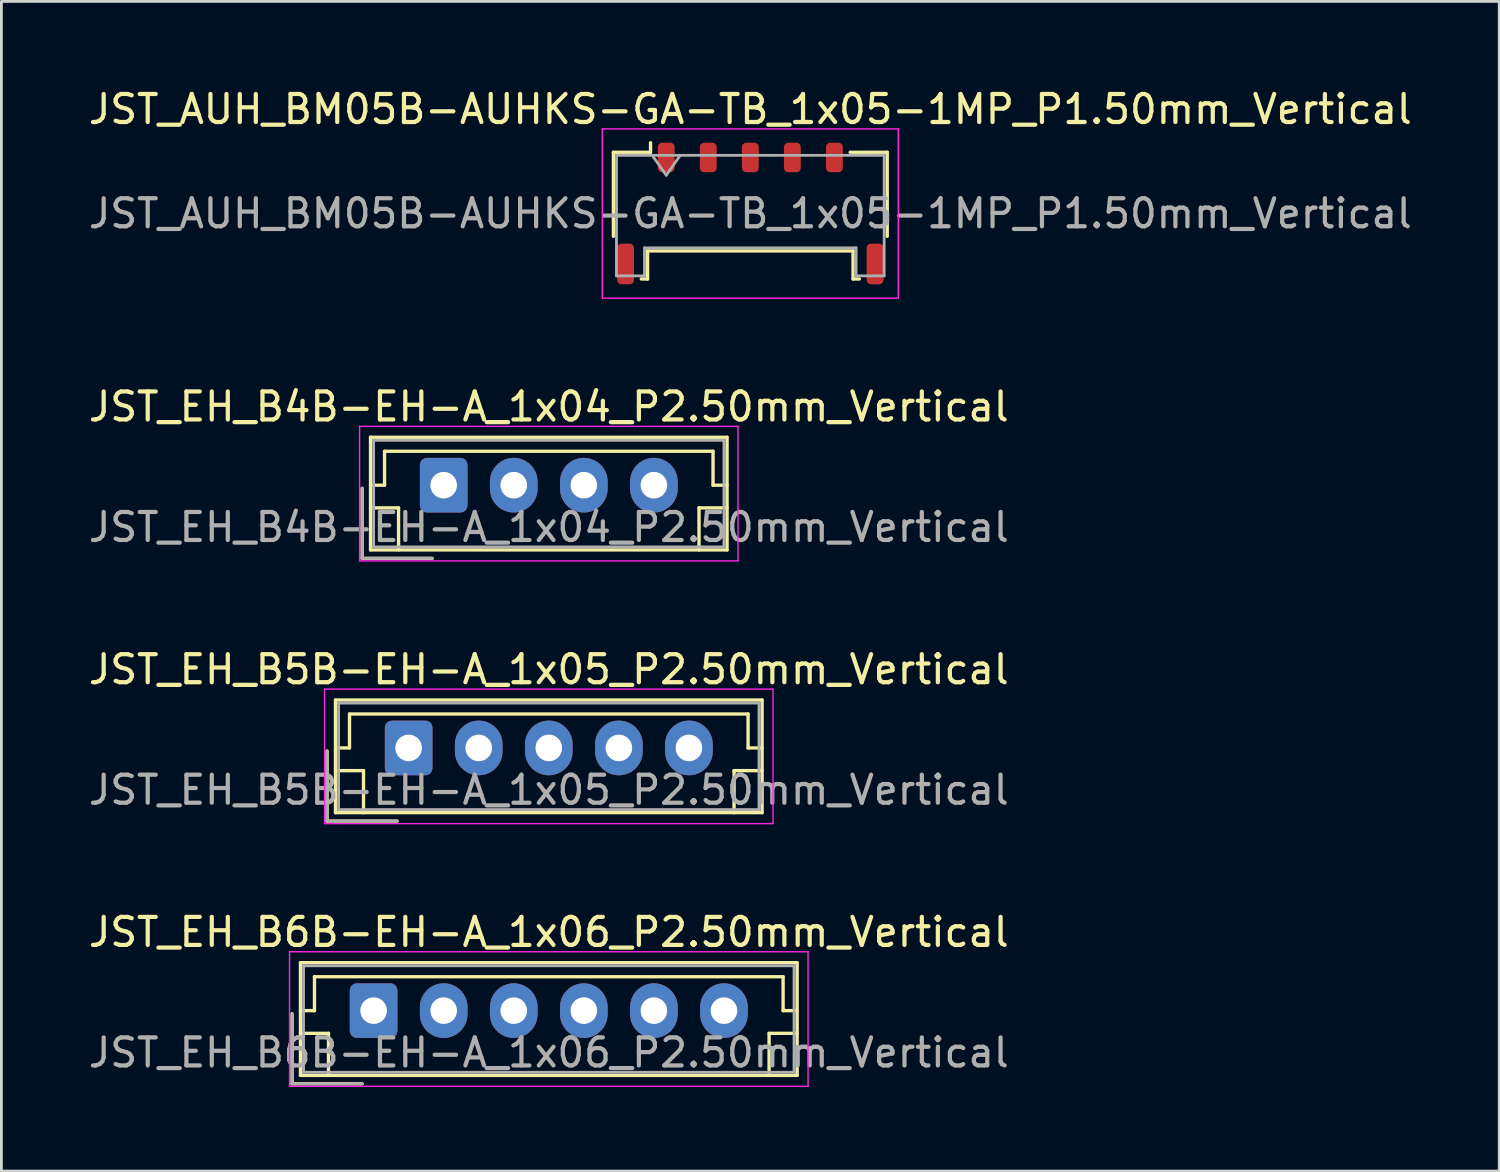
<source format=kicad_pcb>
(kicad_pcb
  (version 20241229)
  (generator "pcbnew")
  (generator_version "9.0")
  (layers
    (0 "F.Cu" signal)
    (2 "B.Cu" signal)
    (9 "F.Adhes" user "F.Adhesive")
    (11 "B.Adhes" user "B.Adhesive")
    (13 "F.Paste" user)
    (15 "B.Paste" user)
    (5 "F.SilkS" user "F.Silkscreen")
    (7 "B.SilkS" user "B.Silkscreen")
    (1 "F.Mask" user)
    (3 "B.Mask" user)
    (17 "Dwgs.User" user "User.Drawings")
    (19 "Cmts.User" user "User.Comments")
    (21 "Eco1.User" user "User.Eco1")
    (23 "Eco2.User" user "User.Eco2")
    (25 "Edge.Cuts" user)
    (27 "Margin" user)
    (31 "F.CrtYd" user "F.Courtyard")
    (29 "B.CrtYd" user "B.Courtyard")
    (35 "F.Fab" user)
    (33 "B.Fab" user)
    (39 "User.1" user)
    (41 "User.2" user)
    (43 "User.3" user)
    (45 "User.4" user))
  (footprint "JST_AUH_BM05B-AUHKS-GA-TB_1x05-1MP_P1.50mm_Vertical"
    (layer "F.Cu")
    (at 23.72 4.568)
    (property "Reference" "JST_AUH_BM05B-AUHKS-GA-TB_1x05-1MP_P1.50mm_Vertical" (at 0 -3.72 0) (layer "F.SilkS") (effects (font (size 1 1) (thickness 0.15))))
    (attr smd)
    (fp_line (start -4.885 -2.185) (end -3.56 -2.185) (stroke (width 0.12) (type solid)) (layer "F.SilkS"))
    (fp_line (start -4.885 0.815) (end -4.885 -2.185) (stroke (width 0.12) (type solid)) (layer "F.SilkS"))
    (fp_line (start -3.89 2.335) (end -3.665 2.335) (stroke (width 0.12) (type solid)) (layer "F.SilkS"))
    (fp_line (start -3.665 1.335) (end 3.665 1.335) (stroke (width 0.12) (type solid)) (layer "F.SilkS"))
    (fp_line (start -3.665 2.335) (end -3.665 1.335) (stroke (width 0.12) (type solid)) (layer "F.SilkS"))
    (fp_line (start -3.56 -2.185) (end -3.56 -2.525) (stroke (width 0.12) (type solid)) (layer "F.SilkS"))
    (fp_line (start 3.665 1.335) (end 3.665 2.335) (stroke (width 0.12) (type solid)) (layer "F.SilkS"))
    (fp_line (start 3.665 2.335) (end 3.89 2.335) (stroke (width 0.12) (type solid)) (layer "F.SilkS"))
    (fp_line (start 4.885 -2.185) (end 3.56 -2.185) (stroke (width 0.12) (type solid)) (layer "F.SilkS"))
    (fp_line (start 4.885 0.815) (end 4.885 -2.185) (stroke (width 0.12) (type solid)) (layer "F.SilkS"))
    (fp_line (start -5.28 -3.02) (end -5.28 3.02) (stroke (width 0.05) (type solid)) (layer "F.CrtYd"))
    (fp_line (start -5.28 3.02) (end 5.28 3.02) (stroke (width 0.05) (type solid)) (layer "F.CrtYd"))
    (fp_line (start 5.28 -3.02) (end -5.28 -3.02) (stroke (width 0.05) (type solid)) (layer "F.CrtYd"))
    (fp_line (start 5.28 3.02) (end 5.28 -3.02) (stroke (width 0.05) (type solid)) (layer "F.CrtYd"))
    (fp_line (start -4.775 -2.075) (end -4.775 2.225) (stroke (width 0.1) (type solid)) (layer "F.Fab"))
    (fp_line (start -4.775 -2.075) (end 4.775 -2.075) (stroke (width 0.1) (type solid)) (layer "F.Fab"))
    (fp_line (start -4.775 2.225) (end -3.775 2.225) (stroke (width 0.1) (type solid)) (layer "F.Fab"))
    (fp_line (start -3.775 1.225) (end 3.775 1.225) (stroke (width 0.1) (type solid)) (layer "F.Fab"))
    (fp_line (start -3.775 2.225) (end -3.775 1.225) (stroke (width 0.1) (type solid)) (layer "F.Fab"))
    (fp_line (start -3.5 -2.075) (end -3 -1.368) (stroke (width 0.1) (type solid)) (layer "F.Fab"))
    (fp_line (start -3 -1.368) (end -2.5 -2.075) (stroke (width 0.1) (type solid)) (layer "F.Fab"))
    (fp_line (start 3.775 1.225) (end 3.775 2.225) (stroke (width 0.1) (type solid)) (layer "F.Fab"))
    (fp_line (start 3.775 2.225) (end 4.775 2.225) (stroke (width 0.1) (type solid)) (layer "F.Fab"))
    (fp_line (start 4.775 -2.075) (end 4.775 2.225) (stroke (width 0.1) (type solid)) (layer "F.Fab"))
    (fp_text user "${REFERENCE}" (at 0 0 0) (layer "F.Fab") (effects (font (size 1 1) (thickness 0.15))))
    (pad "1" smd roundrect (at -3 -2) (size 0.6 1.05) (layers "F.Cu" "F.Mask" "F.Paste") (roundrect_rratio 0.25))
    (pad "2" smd roundrect (at -1.5 -2) (size 0.6 1.05) (layers "F.Cu" "F.Mask" "F.Paste") (roundrect_rratio 0.25))
    (pad "3" smd roundrect (at 0 -2) (size 0.6 1.05) (layers "F.Cu" "F.Mask" "F.Paste") (roundrect_rratio 0.25))
    (pad "4" smd roundrect (at 1.5 -2) (size 0.6 1.05) (layers "F.Cu" "F.Mask" "F.Paste") (roundrect_rratio 0.25))
    (pad "5" smd roundrect (at 3 -2) (size 0.6 1.05) (layers "F.Cu" "F.Mask" "F.Paste") (roundrect_rratio 0.25))
    (pad "MP" smd roundrect (at -4.45 1.8) (size 0.6 1.45) (layers "F.Cu" "F.Mask" "F.Paste") (roundrect_rratio 0.25))
    (pad "MP" smd roundrect (at 4.45 1.8) (size 0.6 1.45) (layers "F.Cu" "F.Mask" "F.Paste") (roundrect_rratio 0.25)))
  (footprint "JST_EH_B5B-EH-A_1x05_P2.50mm_Vertical"
    (layer "F.Cu")
    (at 11.53 23.635)
    (property "Reference" "JST_EH_B5B-EH-A_1x05_P2.50mm_Vertical" (at 5 -2.8 0) (layer "F.SilkS") (effects (font (size 1 1) (thickness 0.15))))
    (attr through_hole)
    (fp_line (start -2.91 0.11) (end -2.91 2.61) (stroke (width 0.12) (type solid)) (layer "F.SilkS"))
    (fp_line (start -2.91 2.61) (end -0.41 2.61) (stroke (width 0.12) (type solid)) (layer "F.SilkS"))
    (fp_line (start -2.61 -1.71) (end -2.61 2.31) (stroke (width 0.12) (type solid)) (layer "F.SilkS"))
    (fp_line (start -2.61 0) (end -2.11 0) (stroke (width 0.12) (type solid)) (layer "F.SilkS"))
    (fp_line (start -2.61 0.81) (end -1.61 0.81) (stroke (width 0.12) (type solid)) (layer "F.SilkS"))
    (fp_line (start -2.61 2.31) (end 12.61 2.31) (stroke (width 0.12) (type solid)) (layer "F.SilkS"))
    (fp_line (start -2.11 -1.21) (end 12.11 -1.21) (stroke (width 0.12) (type solid)) (layer "F.SilkS"))
    (fp_line (start -2.11 0) (end -2.11 -1.21) (stroke (width 0.12) (type solid)) (layer "F.SilkS"))
    (fp_line (start -1.61 0.81) (end -1.61 2.31) (stroke (width 0.12) (type solid)) (layer "F.SilkS"))
    (fp_line (start 11.61 0.81) (end 11.61 2.31) (stroke (width 0.12) (type solid)) (layer "F.SilkS"))
    (fp_line (start 12.11 -1.21) (end 12.11 0) (stroke (width 0.12) (type solid)) (layer "F.SilkS"))
    (fp_line (start 12.11 0) (end 12.61 0) (stroke (width 0.12) (type solid)) (layer "F.SilkS"))
    (fp_line (start 12.61 -1.71) (end -2.61 -1.71) (stroke (width 0.12) (type solid)) (layer "F.SilkS"))
    (fp_line (start 12.61 0.81) (end 11.61 0.81) (stroke (width 0.12) (type solid)) (layer "F.SilkS"))
    (fp_line (start 12.61 2.31) (end 12.61 -1.71) (stroke (width 0.12) (type solid)) (layer "F.SilkS"))
    (fp_line (start -3 -2.1) (end -3 2.7) (stroke (width 0.05) (type solid)) (layer "F.CrtYd"))
    (fp_line (start -3 2.7) (end 13 2.7) (stroke (width 0.05) (type solid)) (layer "F.CrtYd"))
    (fp_line (start 13 -2.1) (end -3 -2.1) (stroke (width 0.05) (type solid)) (layer "F.CrtYd"))
    (fp_line (start 13 2.7) (end 13 -2.1) (stroke (width 0.05) (type solid)) (layer "F.CrtYd"))
    (fp_line (start -2.91 0.11) (end -2.91 2.61) (stroke (width 0.1) (type solid)) (layer "F.Fab"))
    (fp_line (start -2.91 2.61) (end -0.41 2.61) (stroke (width 0.1) (type solid)) (layer "F.Fab"))
    (fp_line (start -2.5 -1.6) (end -2.5 2.2) (stroke (width 0.1) (type solid)) (layer "F.Fab"))
    (fp_line (start -2.5 2.2) (end 12.5 2.2) (stroke (width 0.1) (type solid)) (layer "F.Fab"))
    (fp_line (start 12.5 -1.6) (end -2.5 -1.6) (stroke (width 0.1) (type solid)) (layer "F.Fab"))
    (fp_line (start 12.5 2.2) (end 12.5 -1.6) (stroke (width 0.1) (type solid)) (layer "F.Fab"))
    (fp_text user "${REFERENCE}" (at 5 1.5 0) (layer "F.Fab") (effects (font (size 1 1) (thickness 0.15))))
    (pad "1" thru_hole roundrect (at 0 0) (size 1.7 1.95) (drill 0.95) (layers "*.Cu" "*.Mask") (roundrect_rratio 0.147))
    (pad "2" thru_hole oval (at 2.5 0) (size 1.7 1.95) (drill 0.95) (layers "*.Cu" "*.Mask"))
    (pad "3" thru_hole oval (at 5 0) (size 1.7 1.95) (drill 0.95) (layers "*.Cu" "*.Mask"))
    (pad "4" thru_hole oval (at 7.5 0) (size 1.7 1.95) (drill 0.95) (layers "*.Cu" "*.Mask"))
    (pad "5" thru_hole oval (at 10 0) (size 1.7 1.95) (drill 0.95) (layers "*.Cu" "*.Mask")))
  (footprint "JST_EH_B4B-EH-A_1x04_P2.50mm_Vertical"
    (layer "F.Cu")
    (at 12.78 14.261)
    (property "Reference" "JST_EH_B4B-EH-A_1x04_P2.50mm_Vertical" (at 3.75 -2.8 0) (layer "F.SilkS") (effects (font (size 1 1) (thickness 0.15))))
    (attr through_hole)
    (fp_line (start -2.91 0.11) (end -2.91 2.61) (stroke (width 0.12) (type solid)) (layer "F.SilkS"))
    (fp_line (start -2.91 2.61) (end -0.41 2.61) (stroke (width 0.12) (type solid)) (layer "F.SilkS"))
    (fp_line (start -2.61 -1.71) (end -2.61 2.31) (stroke (width 0.12) (type solid)) (layer "F.SilkS"))
    (fp_line (start -2.61 0) (end -2.11 0) (stroke (width 0.12) (type solid)) (layer "F.SilkS"))
    (fp_line (start -2.61 0.81) (end -1.61 0.81) (stroke (width 0.12) (type solid)) (layer "F.SilkS"))
    (fp_line (start -2.61 2.31) (end 10.11 2.31) (stroke (width 0.12) (type solid)) (layer "F.SilkS"))
    (fp_line (start -2.11 -1.21) (end 9.61 -1.21) (stroke (width 0.12) (type solid)) (layer "F.SilkS"))
    (fp_line (start -2.11 0) (end -2.11 -1.21) (stroke (width 0.12) (type solid)) (layer "F.SilkS"))
    (fp_line (start -1.61 0.81) (end -1.61 2.31) (stroke (width 0.12) (type solid)) (layer "F.SilkS"))
    (fp_line (start 9.11 0.81) (end 9.11 2.31) (stroke (width 0.12) (type solid)) (layer "F.SilkS"))
    (fp_line (start 9.61 -1.21) (end 9.61 0) (stroke (width 0.12) (type solid)) (layer "F.SilkS"))
    (fp_line (start 9.61 0) (end 10.11 0) (stroke (width 0.12) (type solid)) (layer "F.SilkS"))
    (fp_line (start 10.11 -1.71) (end -2.61 -1.71) (stroke (width 0.12) (type solid)) (layer "F.SilkS"))
    (fp_line (start 10.11 0.81) (end 9.11 0.81) (stroke (width 0.12) (type solid)) (layer "F.SilkS"))
    (fp_line (start 10.11 2.31) (end 10.11 -1.71) (stroke (width 0.12) (type solid)) (layer "F.SilkS"))
    (fp_line (start -3 -2.1) (end -3 2.7) (stroke (width 0.05) (type solid)) (layer "F.CrtYd"))
    (fp_line (start -3 2.7) (end 10.5 2.7) (stroke (width 0.05) (type solid)) (layer "F.CrtYd"))
    (fp_line (start 10.5 -2.1) (end -3 -2.1) (stroke (width 0.05) (type solid)) (layer "F.CrtYd"))
    (fp_line (start 10.5 2.7) (end 10.5 -2.1) (stroke (width 0.05) (type solid)) (layer "F.CrtYd"))
    (fp_line (start -2.91 0.11) (end -2.91 2.61) (stroke (width 0.1) (type solid)) (layer "F.Fab"))
    (fp_line (start -2.91 2.61) (end -0.41 2.61) (stroke (width 0.1) (type solid)) (layer "F.Fab"))
    (fp_line (start -2.5 -1.6) (end -2.5 2.2) (stroke (width 0.1) (type solid)) (layer "F.Fab"))
    (fp_line (start -2.5 2.2) (end 10 2.2) (stroke (width 0.1) (type solid)) (layer "F.Fab"))
    (fp_line (start 10 -1.6) (end -2.5 -1.6) (stroke (width 0.1) (type solid)) (layer "F.Fab"))
    (fp_line (start 10 2.2) (end 10 -1.6) (stroke (width 0.1) (type solid)) (layer "F.Fab"))
    (fp_text user "${REFERENCE}" (at 3.75 1.5 0) (layer "F.Fab") (effects (font (size 1 1) (thickness 0.15))))
    (pad "1" thru_hole roundrect (at 0 0) (size 1.7 1.95) (drill 0.95) (layers "*.Cu" "*.Mask") (roundrect_rratio 0.147))
    (pad "2" thru_hole oval (at 2.5 0) (size 1.7 1.95) (drill 0.95) (layers "*.Cu" "*.Mask"))
    (pad "3" thru_hole oval (at 5 0) (size 1.7 1.95) (drill 0.95) (layers "*.Cu" "*.Mask"))
    (pad "4" thru_hole oval (at 7.5 0) (size 1.7 1.95) (drill 0.95) (layers "*.Cu" "*.Mask")))
  (footprint "JST_EH_B6B-EH-A_1x06_P2.50mm_Vertical"
    (layer "F.Cu")
    (at 10.28 33.008)
    (property "Reference" "JST_EH_B6B-EH-A_1x06_P2.50mm_Vertical" (at 6.25 -2.8 0) (layer "F.SilkS") (effects (font (size 1 1) (thickness 0.15))))
    (attr through_hole)
    (fp_line (start -2.91 0.11) (end -2.91 2.61) (stroke (width 0.12) (type solid)) (layer "F.SilkS"))
    (fp_line (start -2.91 2.61) (end -0.41 2.61) (stroke (width 0.12) (type solid)) (layer "F.SilkS"))
    (fp_line (start -2.61 -1.71) (end -2.61 2.31) (stroke (width 0.12) (type solid)) (layer "F.SilkS"))
    (fp_line (start -2.61 0) (end -2.11 0) (stroke (width 0.12) (type solid)) (layer "F.SilkS"))
    (fp_line (start -2.61 0.81) (end -1.61 0.81) (stroke (width 0.12) (type solid)) (layer "F.SilkS"))
    (fp_line (start -2.61 2.31) (end 15.11 2.31) (stroke (width 0.12) (type solid)) (layer "F.SilkS"))
    (fp_line (start -2.11 -1.21) (end 14.61 -1.21) (stroke (width 0.12) (type solid)) (layer "F.SilkS"))
    (fp_line (start -2.11 0) (end -2.11 -1.21) (stroke (width 0.12) (type solid)) (layer "F.SilkS"))
    (fp_line (start -1.61 0.81) (end -1.61 2.31) (stroke (width 0.12) (type solid)) (layer "F.SilkS"))
    (fp_line (start 14.11 0.81) (end 14.11 2.31) (stroke (width 0.12) (type solid)) (layer "F.SilkS"))
    (fp_line (start 14.61 -1.21) (end 14.61 0) (stroke (width 0.12) (type solid)) (layer "F.SilkS"))
    (fp_line (start 14.61 0) (end 15.11 0) (stroke (width 0.12) (type solid)) (layer "F.SilkS"))
    (fp_line (start 15.11 -1.71) (end -2.61 -1.71) (stroke (width 0.12) (type solid)) (layer "F.SilkS"))
    (fp_line (start 15.11 0.81) (end 14.11 0.81) (stroke (width 0.12) (type solid)) (layer "F.SilkS"))
    (fp_line (start 15.11 2.31) (end 15.11 -1.71) (stroke (width 0.12) (type solid)) (layer "F.SilkS"))
    (fp_line (start -3 -2.1) (end -3 2.7) (stroke (width 0.05) (type solid)) (layer "F.CrtYd"))
    (fp_line (start -3 2.7) (end 15.5 2.7) (stroke (width 0.05) (type solid)) (layer "F.CrtYd"))
    (fp_line (start 15.5 -2.1) (end -3 -2.1) (stroke (width 0.05) (type solid)) (layer "F.CrtYd"))
    (fp_line (start 15.5 2.7) (end 15.5 -2.1) (stroke (width 0.05) (type solid)) (layer "F.CrtYd"))
    (fp_line (start -2.91 0.11) (end -2.91 2.61) (stroke (width 0.1) (type solid)) (layer "F.Fab"))
    (fp_line (start -2.91 2.61) (end -0.41 2.61) (stroke (width 0.1) (type solid)) (layer "F.Fab"))
    (fp_line (start -2.5 -1.6) (end -2.5 2.2) (stroke (width 0.1) (type solid)) (layer "F.Fab"))
    (fp_line (start -2.5 2.2) (end 15 2.2) (stroke (width 0.1) (type solid)) (layer "F.Fab"))
    (fp_line (start 15 -1.6) (end -2.5 -1.6) (stroke (width 0.1) (type solid)) (layer "F.Fab"))
    (fp_line (start 15 2.2) (end 15 -1.6) (stroke (width 0.1) (type solid)) (layer "F.Fab"))
    (fp_text user "${REFERENCE}" (at 6.25 1.5 0) (layer "F.Fab") (effects (font (size 1 1) (thickness 0.15))))
    (pad "1" thru_hole roundrect (at 0 0) (size 1.7 1.95) (drill 0.95) (layers "*.Cu" "*.Mask") (roundrect_rratio 0.147))
    (pad "2" thru_hole oval (at 2.5 0) (size 1.7 1.95) (drill 0.95) (layers "*.Cu" "*.Mask"))
    (pad "3" thru_hole oval (at 5 0) (size 1.7 1.95) (drill 0.95) (layers "*.Cu" "*.Mask"))
    (pad "4" thru_hole oval (at 7.5 0) (size 1.7 1.95) (drill 0.95) (layers "*.Cu" "*.Mask"))
    (pad "5" thru_hole oval (at 10 0) (size 1.7 1.95) (drill 0.95) (layers "*.Cu" "*.Mask"))
    (pad "6" thru_hole oval (at 12.5 0) (size 1.7 1.95) (drill 0.95) (layers "*.Cu" "*.Mask")))
  (gr_rect
    (start -3 -3)
    (end 50.44 38.733)
    (stroke (width 0.1) (type default))
    (fill no)
    (layer "Edge.Cuts")))
</source>
